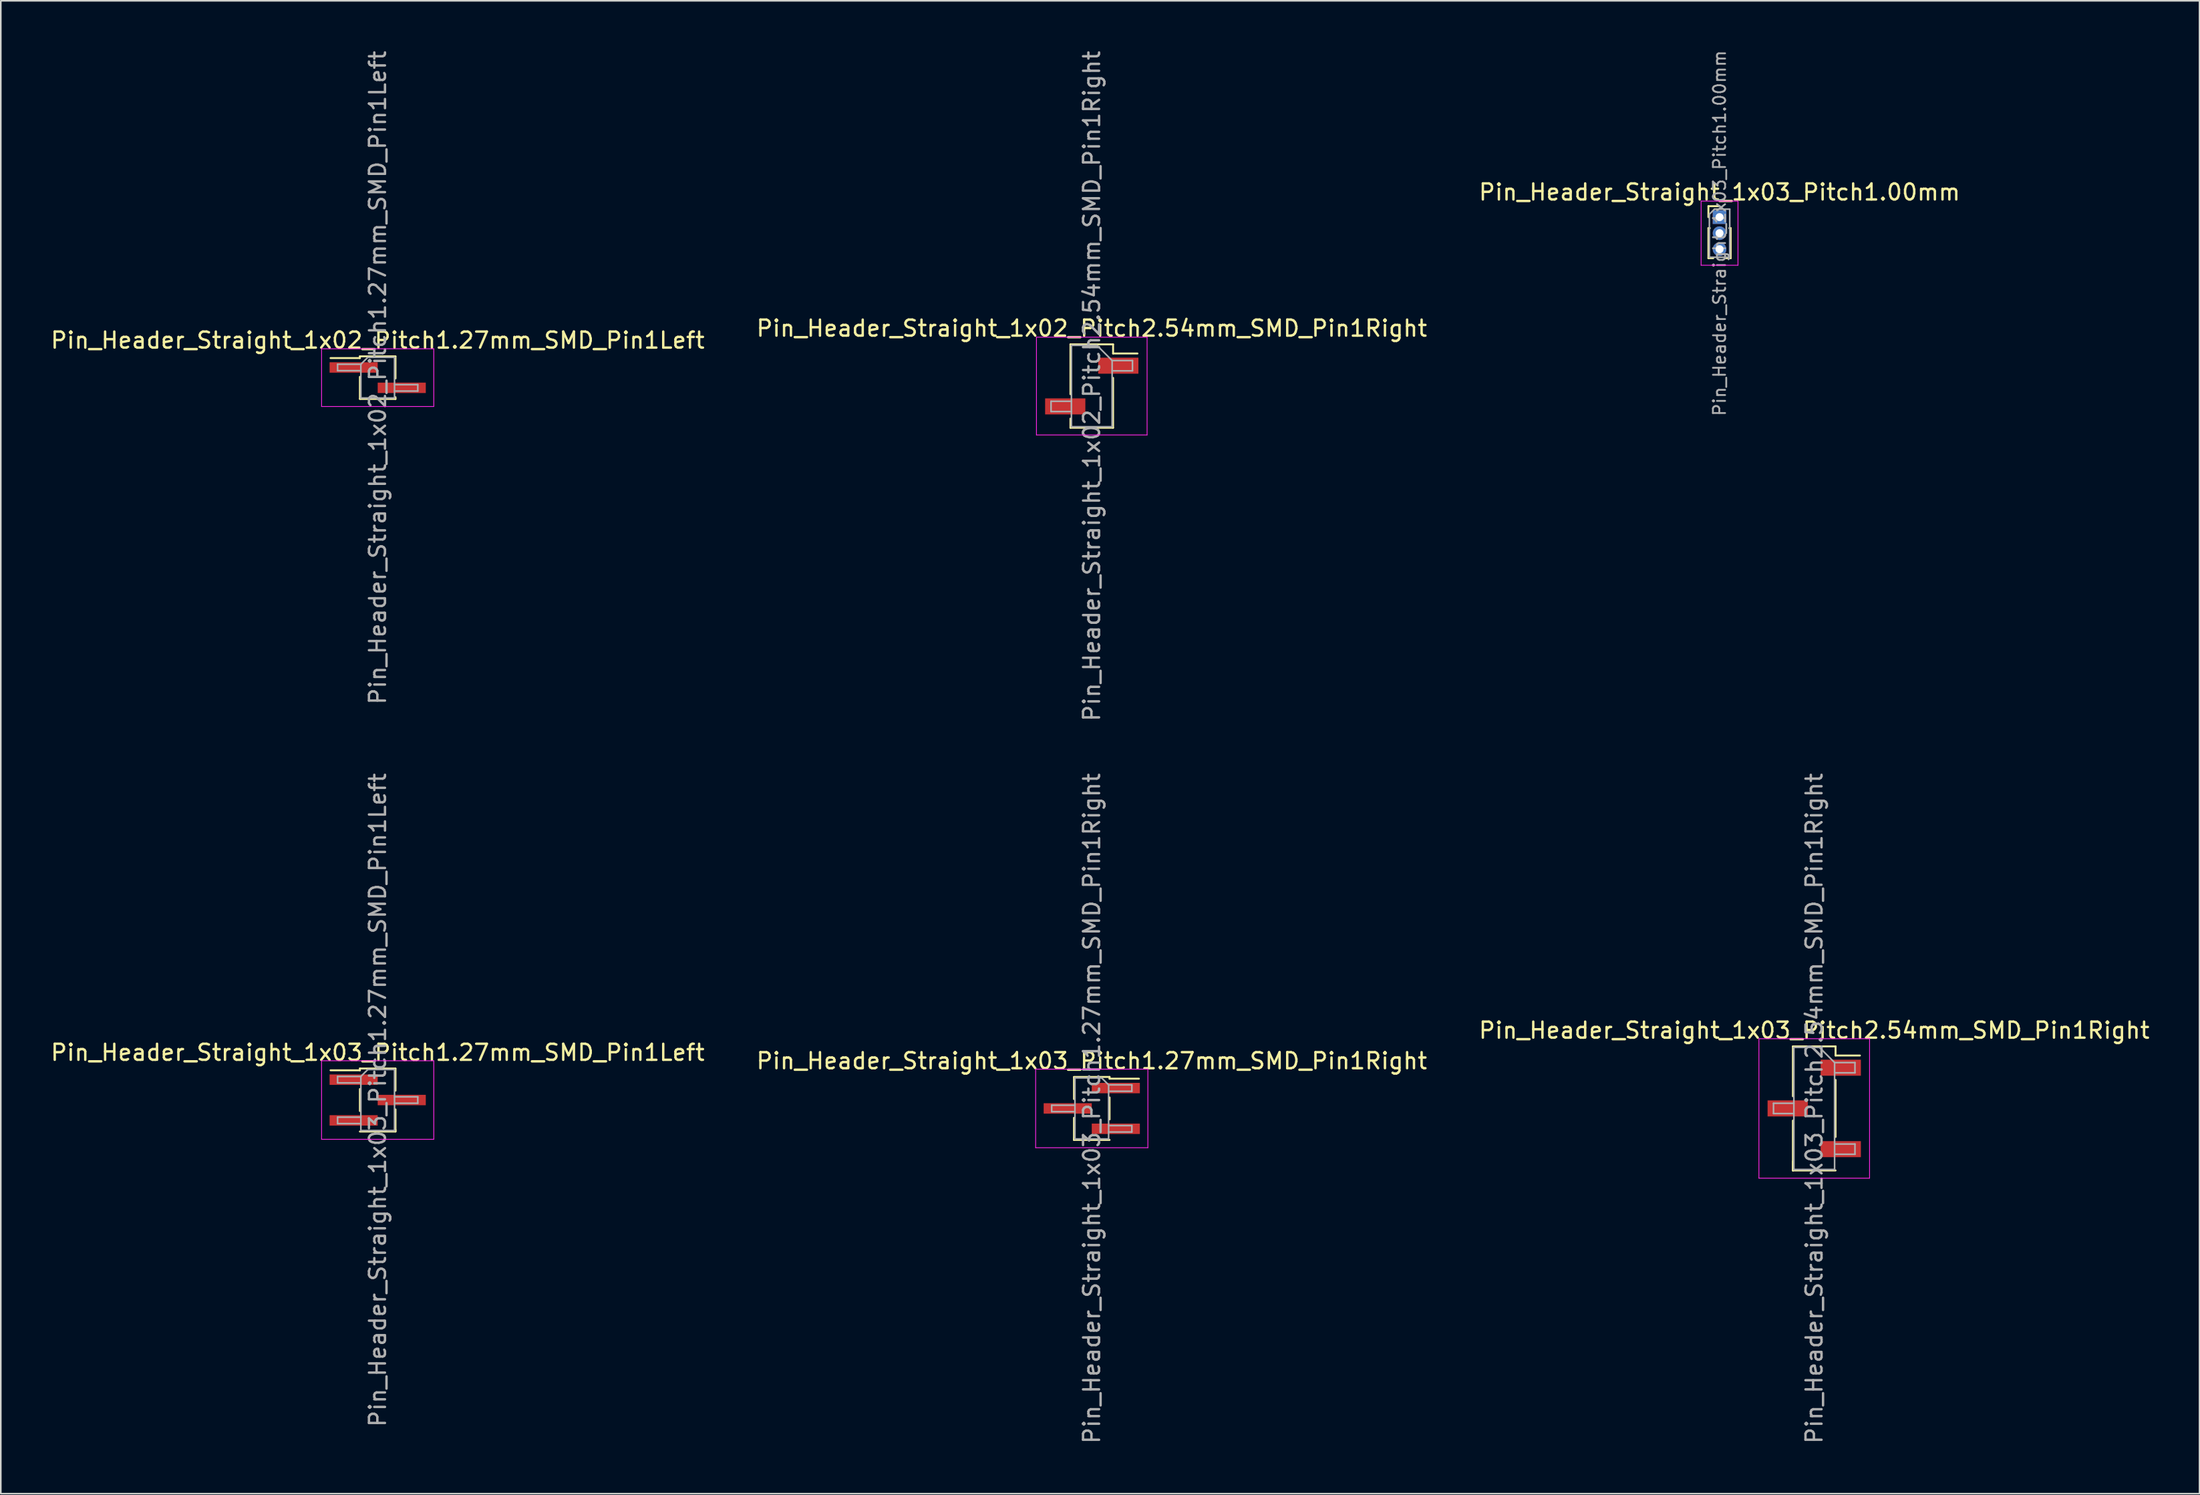
<source format=kicad_pcb>
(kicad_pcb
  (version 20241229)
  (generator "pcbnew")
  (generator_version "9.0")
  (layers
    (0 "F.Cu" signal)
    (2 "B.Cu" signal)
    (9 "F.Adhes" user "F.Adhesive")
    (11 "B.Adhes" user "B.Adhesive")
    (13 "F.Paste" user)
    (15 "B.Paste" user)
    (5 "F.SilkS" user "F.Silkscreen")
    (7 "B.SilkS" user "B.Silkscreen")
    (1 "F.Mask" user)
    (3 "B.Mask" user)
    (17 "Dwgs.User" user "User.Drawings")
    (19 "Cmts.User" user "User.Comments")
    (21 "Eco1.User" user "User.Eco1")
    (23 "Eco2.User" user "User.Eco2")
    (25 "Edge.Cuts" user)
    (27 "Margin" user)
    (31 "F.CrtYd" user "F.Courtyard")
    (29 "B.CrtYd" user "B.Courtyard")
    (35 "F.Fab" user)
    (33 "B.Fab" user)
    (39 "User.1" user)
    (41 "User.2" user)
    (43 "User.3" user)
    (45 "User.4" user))
  (footprint "Pin_Header_Straight_1x03_Pitch1.27mm_SMD_Pin1Left"
    (layer "F.Cu")
    (at 20.506 65.565)
    (property "Reference" "Pin_Header_Straight_1x03_Pitch1.27mm_SMD_Pin1Left" (at 0 -2.965 0) (layer "F.SilkS") (effects (font (size 1 1) (thickness 0.15))))
    (attr smd)
    (fp_line (start -1.11 -1.965) (end -1.11 -1.855) (stroke (width 0.12) (type solid)) (layer "F.SilkS"))
    (fp_line (start -1.11 -1.965) (end 1.11 -1.965) (stroke (width 0.12) (type solid)) (layer "F.SilkS"))
    (fp_line (start -1.11 -1.855) (end -2.94 -1.855) (stroke (width 0.12) (type solid)) (layer "F.SilkS"))
    (fp_line (start -1.11 -0.685) (end -1.11 0.685) (stroke (width 0.12) (type solid)) (layer "F.SilkS"))
    (fp_line (start -1.11 1.965) (end 1.11 1.965) (stroke (width 0.12) (type solid)) (layer "F.SilkS"))
    (fp_line (start 1.11 -1.955) (end 1.11 -0.585) (stroke (width 0.12) (type solid)) (layer "F.SilkS"))
    (fp_line (start 1.11 0.585) (end 1.11 1.955) (stroke (width 0.12) (type solid)) (layer "F.SilkS"))
    (fp_line (start 1.11 1.855) (end 1.11 1.965) (stroke (width 0.12) (type solid)) (layer "F.SilkS"))
    (fp_line (start -3.5 -2.45) (end -3.5 2.45) (stroke (width 0.05) (type solid)) (layer "F.CrtYd"))
    (fp_line (start -3.5 2.45) (end 3.5 2.45) (stroke (width 0.05) (type solid)) (layer "F.CrtYd"))
    (fp_line (start 3.5 -2.45) (end -3.5 -2.45) (stroke (width 0.05) (type solid)) (layer "F.CrtYd"))
    (fp_line (start 3.5 2.45) (end 3.5 -2.45) (stroke (width 0.05) (type solid)) (layer "F.CrtYd"))
    (fp_line (start -2.5 -1.47) (end -2.5 -1.07) (stroke (width 0.1) (type solid)) (layer "F.Fab"))
    (fp_line (start -2.5 -1.07) (end -1.05 -1.07) (stroke (width 0.1) (type solid)) (layer "F.Fab"))
    (fp_line (start -2.5 1.07) (end -2.5 1.47) (stroke (width 0.1) (type solid)) (layer "F.Fab"))
    (fp_line (start -2.5 1.47) (end -1.05 1.47) (stroke (width 0.1) (type solid)) (layer "F.Fab"))
    (fp_line (start -1.05 -1.47) (end -2.5 -1.47) (stroke (width 0.1) (type solid)) (layer "F.Fab"))
    (fp_line (start -1.05 -1.47) (end -0.615 -1.905) (stroke (width 0.1) (type solid)) (layer "F.Fab"))
    (fp_line (start -1.05 1.07) (end -2.5 1.07) (stroke (width 0.1) (type solid)) (layer "F.Fab"))
    (fp_line (start -1.05 1.905) (end -1.05 -1.47) (stroke (width 0.1) (type solid)) (layer "F.Fab"))
    (fp_line (start -0.615 -1.905) (end 1.05 -1.905) (stroke (width 0.1) (type solid)) (layer "F.Fab"))
    (fp_line (start 1.05 -1.905) (end 1.05 1.905) (stroke (width 0.1) (type solid)) (layer "F.Fab"))
    (fp_line (start 1.05 -0.2) (end 2.5 -0.2) (stroke (width 0.1) (type solid)) (layer "F.Fab"))
    (fp_line (start 1.05 1.905) (end -1.05 1.905) (stroke (width 0.1) (type solid)) (layer "F.Fab"))
    (fp_line (start 2.5 -0.2) (end 2.5 0.2) (stroke (width 0.1) (type solid)) (layer "F.Fab"))
    (fp_line (start 2.5 0.2) (end 1.05 0.2) (stroke (width 0.1) (type solid)) (layer "F.Fab"))
    (fp_text user "${REFERENCE}" (at 0 0 90) (layer "F.Fab") (effects (font (size 1 1) (thickness 0.15))))
    (pad "1" smd rect (at -1.5 -1.27) (size 3 0.65) (layers "F.Cu" "F.Mask" "F.Paste"))
    (pad "2" smd rect (at 1.5 0) (size 3 0.65) (layers "F.Cu" "F.Mask" "F.Paste"))
    (pad "3" smd rect (at -1.5 1.27) (size 3 0.65) (layers "F.Cu" "F.Mask" "F.Paste")))
  (footprint "Pin_Header_Straight_1x02_Pitch1.27mm_SMD_Pin1Left"
    (layer "F.Cu")
    (at 20.506 20.506)
    (property "Reference" "Pin_Header_Straight_1x02_Pitch1.27mm_SMD_Pin1Left" (at 0 -2.33 0) (layer "F.SilkS") (effects (font (size 1 1) (thickness 0.15))))
    (attr smd)
    (fp_line (start -1.11 -1.33) (end -1.11 -1.22) (stroke (width 0.12) (type solid)) (layer "F.SilkS"))
    (fp_line (start -1.11 -1.33) (end 1.11 -1.33) (stroke (width 0.12) (type solid)) (layer "F.SilkS"))
    (fp_line (start -1.11 -1.22) (end -2.94 -1.22) (stroke (width 0.12) (type solid)) (layer "F.SilkS"))
    (fp_line (start -1.11 -0.05) (end -1.11 1.32) (stroke (width 0.12) (type solid)) (layer "F.SilkS"))
    (fp_line (start -1.11 1.33) (end 1.11 1.33) (stroke (width 0.12) (type solid)) (layer "F.SilkS"))
    (fp_line (start 1.11 -1.32) (end 1.11 0.05) (stroke (width 0.12) (type solid)) (layer "F.SilkS"))
    (fp_line (start 1.11 1.22) (end 1.11 1.33) (stroke (width 0.12) (type solid)) (layer "F.SilkS"))
    (fp_line (start -3.5 -1.8) (end -3.5 1.8) (stroke (width 0.05) (type solid)) (layer "F.CrtYd"))
    (fp_line (start -3.5 1.8) (end 3.5 1.8) (stroke (width 0.05) (type solid)) (layer "F.CrtYd"))
    (fp_line (start 3.5 -1.8) (end -3.5 -1.8) (stroke (width 0.05) (type solid)) (layer "F.CrtYd"))
    (fp_line (start 3.5 1.8) (end 3.5 -1.8) (stroke (width 0.05) (type solid)) (layer "F.CrtYd"))
    (fp_line (start -2.5 -0.835) (end -2.5 -0.435) (stroke (width 0.1) (type solid)) (layer "F.Fab"))
    (fp_line (start -2.5 -0.435) (end -1.05 -0.435) (stroke (width 0.1) (type solid)) (layer "F.Fab"))
    (fp_line (start -1.05 -0.835) (end -2.5 -0.835) (stroke (width 0.1) (type solid)) (layer "F.Fab"))
    (fp_line (start -1.05 -0.835) (end -0.615 -1.27) (stroke (width 0.1) (type solid)) (layer "F.Fab"))
    (fp_line (start -1.05 1.27) (end -1.05 -0.835) (stroke (width 0.1) (type solid)) (layer "F.Fab"))
    (fp_line (start -0.615 -1.27) (end 1.05 -1.27) (stroke (width 0.1) (type solid)) (layer "F.Fab"))
    (fp_line (start 1.05 -1.27) (end 1.05 1.27) (stroke (width 0.1) (type solid)) (layer "F.Fab"))
    (fp_line (start 1.05 0.435) (end 2.5 0.435) (stroke (width 0.1) (type solid)) (layer "F.Fab"))
    (fp_line (start 1.05 1.27) (end -1.05 1.27) (stroke (width 0.1) (type solid)) (layer "F.Fab"))
    (fp_line (start 2.5 0.435) (end 2.5 0.835) (stroke (width 0.1) (type solid)) (layer "F.Fab"))
    (fp_line (start 2.5 0.835) (end 1.05 0.835) (stroke (width 0.1) (type solid)) (layer "F.Fab"))
    (fp_text user "${REFERENCE}" (at 0 0 90) (layer "F.Fab") (effects (font (size 1 1) (thickness 0.15))))
    (pad "1" smd rect (at -1.5 -0.635) (size 3 0.65) (layers "F.Cu" "F.Mask" "F.Paste"))
    (pad "2" smd rect (at 1.5 0.635) (size 3 0.65) (layers "F.Cu" "F.Mask" "F.Paste")))
  (footprint "Pin_Header_Straight_1x03_Pitch1.00mm"
    (layer "F.Cu")
    (at 104.196 10.495)
    (property "Reference" "Pin_Header_Straight_1x03_Pitch1.00mm" (at 0 -1.56 0) (layer "F.SilkS") (effects (font (size 1 1) (thickness 0.15))))
    (attr through_hole)
    (fp_line (start -0.695 -0.685) (end 0 -0.685) (stroke (width 0.12) (type solid)) (layer "F.SilkS"))
    (fp_line (start -0.695 0) (end -0.695 -0.685) (stroke (width 0.12) (type solid)) (layer "F.SilkS"))
    (fp_line (start -0.695 0.685) (end -0.695 2.56) (stroke (width 0.12) (type solid)) (layer "F.SilkS"))
    (fp_line (start -0.695 0.685) (end -0.608 0.685) (stroke (width 0.12) (type solid)) (layer "F.SilkS"))
    (fp_line (start -0.695 2.56) (end -0.394 2.56) (stroke (width 0.12) (type solid)) (layer "F.SilkS"))
    (fp_line (start 0.394 2.56) (end 0.695 2.56) (stroke (width 0.12) (type solid)) (layer "F.SilkS"))
    (fp_line (start 0.608 0.685) (end 0.695 0.685) (stroke (width 0.12) (type solid)) (layer "F.SilkS"))
    (fp_line (start 0.695 0.685) (end 0.695 2.56) (stroke (width 0.12) (type solid)) (layer "F.SilkS"))
    (fp_line (start -1.15 -1) (end -1.15 3) (stroke (width 0.05) (type solid)) (layer "F.CrtYd"))
    (fp_line (start -1.15 3) (end 1.15 3) (stroke (width 0.05) (type solid)) (layer "F.CrtYd"))
    (fp_line (start 1.15 -1) (end -1.15 -1) (stroke (width 0.05) (type solid)) (layer "F.CrtYd"))
    (fp_line (start 1.15 3) (end 1.15 -1) (stroke (width 0.05) (type solid)) (layer "F.CrtYd"))
    (fp_line (start -0.635 -0.182) (end -0.318 -0.5) (stroke (width 0.1) (type solid)) (layer "F.Fab"))
    (fp_line (start -0.635 2.5) (end -0.635 -0.182) (stroke (width 0.1) (type solid)) (layer "F.Fab"))
    (fp_line (start -0.318 -0.5) (end 0.635 -0.5) (stroke (width 0.1) (type solid)) (layer "F.Fab"))
    (fp_line (start 0.635 -0.5) (end 0.635 2.5) (stroke (width 0.1) (type solid)) (layer "F.Fab"))
    (fp_line (start 0.635 2.5) (end -0.635 2.5) (stroke (width 0.1) (type solid)) (layer "F.Fab"))
    (fp_text user "${REFERENCE}" (at 0 1 90) (layer "F.Fab") (effects (font (size 0.76 0.76) (thickness 0.114))))
    (pad "1" thru_hole rect (at 0 0) (size 0.85 0.85) (drill 0.5) (layers "*.Cu" "*.Mask"))
    (pad "2" thru_hole oval (at 0 1) (size 0.85 0.85) (drill 0.5) (layers "*.Cu" "*.Mask"))
    (pad "3" thru_hole oval (at 0 2) (size 0.85 0.85) (drill 0.5) (layers "*.Cu" "*.Mask")))
  (footprint "Pin_Header_Straight_1x03_Pitch2.54mm_SMD_Pin1Right"
    (layer "F.Cu")
    (at 110.101 66.089)
    (property "Reference" "Pin_Header_Straight_1x03_Pitch2.54mm_SMD_Pin1Right" (at 0 -4.87 0) (layer "F.SilkS") (effects (font (size 1 1) (thickness 0.15))))
    (attr smd)
    (fp_line (start -1.33 -3.87) (end -1.33 -0.76) (stroke (width 0.12) (type solid)) (layer "F.SilkS"))
    (fp_line (start -1.33 -3.87) (end 1.33 -3.87) (stroke (width 0.12) (type solid)) (layer "F.SilkS"))
    (fp_line (start -1.33 0.76) (end -1.33 3.87) (stroke (width 0.12) (type solid)) (layer "F.SilkS"))
    (fp_line (start -1.33 3.3) (end -1.33 3.87) (stroke (width 0.12) (type solid)) (layer "F.SilkS"))
    (fp_line (start -1.33 3.87) (end 1.33 3.87) (stroke (width 0.12) (type solid)) (layer "F.SilkS"))
    (fp_line (start 1.33 -3.87) (end 1.33 -3.3) (stroke (width 0.12) (type solid)) (layer "F.SilkS"))
    (fp_line (start 1.33 -3.3) (end 2.85 -3.3) (stroke (width 0.12) (type solid)) (layer "F.SilkS"))
    (fp_line (start 1.33 -1.78) (end 1.33 1.78) (stroke (width 0.12) (type solid)) (layer "F.SilkS"))
    (fp_line (start -3.45 -4.35) (end -3.45 4.35) (stroke (width 0.05) (type solid)) (layer "F.CrtYd"))
    (fp_line (start -3.45 4.35) (end 3.45 4.35) (stroke (width 0.05) (type solid)) (layer "F.CrtYd"))
    (fp_line (start 3.45 -4.35) (end -3.45 -4.35) (stroke (width 0.05) (type solid)) (layer "F.CrtYd"))
    (fp_line (start 3.45 4.35) (end 3.45 -4.35) (stroke (width 0.05) (type solid)) (layer "F.CrtYd"))
    (fp_line (start -2.54 -0.32) (end -2.54 0.32) (stroke (width 0.1) (type solid)) (layer "F.Fab"))
    (fp_line (start -2.54 0.32) (end -1.27 0.32) (stroke (width 0.1) (type solid)) (layer "F.Fab"))
    (fp_line (start -1.27 -3.81) (end -1.27 3.81) (stroke (width 0.1) (type solid)) (layer "F.Fab"))
    (fp_line (start -1.27 -3.81) (end 0.32 -3.81) (stroke (width 0.1) (type solid)) (layer "F.Fab"))
    (fp_line (start -1.27 -0.32) (end -2.54 -0.32) (stroke (width 0.1) (type solid)) (layer "F.Fab"))
    (fp_line (start 1.27 -2.86) (end 0.32 -3.81) (stroke (width 0.1) (type solid)) (layer "F.Fab"))
    (fp_line (start 1.27 -2.86) (end 2.54 -2.86) (stroke (width 0.1) (type solid)) (layer "F.Fab"))
    (fp_line (start 1.27 2.22) (end 2.54 2.22) (stroke (width 0.1) (type solid)) (layer "F.Fab"))
    (fp_line (start 1.27 3.81) (end -1.27 3.81) (stroke (width 0.1) (type solid)) (layer "F.Fab"))
    (fp_line (start 1.27 3.81) (end 1.27 -2.86) (stroke (width 0.1) (type solid)) (layer "F.Fab"))
    (fp_line (start 2.54 -2.86) (end 2.54 -2.22) (stroke (width 0.1) (type solid)) (layer "F.Fab"))
    (fp_line (start 2.54 -2.22) (end 1.27 -2.22) (stroke (width 0.1) (type solid)) (layer "F.Fab"))
    (fp_line (start 2.54 2.22) (end 2.54 2.86) (stroke (width 0.1) (type solid)) (layer "F.Fab"))
    (fp_line (start 2.54 2.86) (end 1.27 2.86) (stroke (width 0.1) (type solid)) (layer "F.Fab"))
    (fp_text user "${REFERENCE}" (at 0 0 90) (layer "F.Fab") (effects (font (size 1 1) (thickness 0.15))))
    (pad "1" smd rect (at 1.655 -2.54) (size 2.51 1) (layers "F.Cu" "F.Mask" "F.Paste"))
    (pad "2" smd rect (at -1.655 0) (size 2.51 1) (layers "F.Cu" "F.Mask" "F.Paste"))
    (pad "3" smd rect (at 1.655 2.54) (size 2.51 1) (layers "F.Cu" "F.Mask" "F.Paste")))
  (footprint "Pin_Header_Straight_1x02_Pitch2.54mm_SMD_Pin1Right"
    (layer "F.Cu")
    (at 65.042 21.03)
    (property "Reference" "Pin_Header_Straight_1x02_Pitch2.54mm_SMD_Pin1Right" (at 0 -3.6 0) (layer "F.SilkS") (effects (font (size 1 1) (thickness 0.15))))
    (attr smd)
    (fp_line (start -1.33 -2.6) (end -1.33 0.51) (stroke (width 0.12) (type solid)) (layer "F.SilkS"))
    (fp_line (start -1.33 -2.6) (end 1.33 -2.6) (stroke (width 0.12) (type solid)) (layer "F.SilkS"))
    (fp_line (start -1.33 2.03) (end -1.33 2.6) (stroke (width 0.12) (type solid)) (layer "F.SilkS"))
    (fp_line (start -1.33 2.6) (end 1.33 2.6) (stroke (width 0.12) (type solid)) (layer "F.SilkS"))
    (fp_line (start 1.33 -2.6) (end 1.33 -2.03) (stroke (width 0.12) (type solid)) (layer "F.SilkS"))
    (fp_line (start 1.33 -2.03) (end 2.85 -2.03) (stroke (width 0.12) (type solid)) (layer "F.SilkS"))
    (fp_line (start 1.33 -0.51) (end 1.33 2.6) (stroke (width 0.12) (type solid)) (layer "F.SilkS"))
    (fp_line (start -3.45 -3.05) (end -3.45 3.05) (stroke (width 0.05) (type solid)) (layer "F.CrtYd"))
    (fp_line (start -3.45 3.05) (end 3.45 3.05) (stroke (width 0.05) (type solid)) (layer "F.CrtYd"))
    (fp_line (start 3.45 -3.05) (end -3.45 -3.05) (stroke (width 0.05) (type solid)) (layer "F.CrtYd"))
    (fp_line (start 3.45 3.05) (end 3.45 -3.05) (stroke (width 0.05) (type solid)) (layer "F.CrtYd"))
    (fp_line (start -2.54 0.95) (end -2.54 1.59) (stroke (width 0.1) (type solid)) (layer "F.Fab"))
    (fp_line (start -2.54 1.59) (end -1.27 1.59) (stroke (width 0.1) (type solid)) (layer "F.Fab"))
    (fp_line (start -1.27 -2.54) (end -1.27 2.54) (stroke (width 0.1) (type solid)) (layer "F.Fab"))
    (fp_line (start -1.27 -2.54) (end 0.32 -2.54) (stroke (width 0.1) (type solid)) (layer "F.Fab"))
    (fp_line (start -1.27 0.95) (end -2.54 0.95) (stroke (width 0.1) (type solid)) (layer "F.Fab"))
    (fp_line (start 1.27 -1.59) (end 0.32 -2.54) (stroke (width 0.1) (type solid)) (layer "F.Fab"))
    (fp_line (start 1.27 -1.59) (end 2.54 -1.59) (stroke (width 0.1) (type solid)) (layer "F.Fab"))
    (fp_line (start 1.27 2.54) (end -1.27 2.54) (stroke (width 0.1) (type solid)) (layer "F.Fab"))
    (fp_line (start 1.27 2.54) (end 1.27 -1.59) (stroke (width 0.1) (type solid)) (layer "F.Fab"))
    (fp_line (start 2.54 -1.59) (end 2.54 -0.95) (stroke (width 0.1) (type solid)) (layer "F.Fab"))
    (fp_line (start 2.54 -0.95) (end 1.27 -0.95) (stroke (width 0.1) (type solid)) (layer "F.Fab"))
    (fp_text user "${REFERENCE}" (at 0 0 90) (layer "F.Fab") (effects (font (size 1 1) (thickness 0.15))))
    (pad "1" smd rect (at 1.655 -1.27) (size 2.51 1) (layers "F.Cu" "F.Mask" "F.Paste"))
    (pad "2" smd rect (at -1.655 1.27) (size 2.51 1) (layers "F.Cu" "F.Mask" "F.Paste")))
  (footprint "Pin_Header_Straight_1x03_Pitch1.27mm_SMD_Pin1Right"
    (layer "F.Cu")
    (at 65.042 66.089)
    (property "Reference" "Pin_Header_Straight_1x03_Pitch1.27mm_SMD_Pin1Right" (at 0 -2.965 0) (layer "F.SilkS") (effects (font (size 1 1) (thickness 0.15))))
    (attr smd)
    (fp_line (start -1.11 -1.965) (end 1.11 -1.965) (stroke (width 0.12) (type solid)) (layer "F.SilkS"))
    (fp_line (start -1.11 -1.955) (end -1.11 -0.585) (stroke (width 0.12) (type solid)) (layer "F.SilkS"))
    (fp_line (start -1.11 0.585) (end -1.11 1.955) (stroke (width 0.12) (type solid)) (layer "F.SilkS"))
    (fp_line (start -1.11 1.855) (end -1.11 1.965) (stroke (width 0.12) (type solid)) (layer "F.SilkS"))
    (fp_line (start -1.11 1.965) (end 1.11 1.965) (stroke (width 0.12) (type solid)) (layer "F.SilkS"))
    (fp_line (start 1.11 -1.965) (end 1.11 -1.855) (stroke (width 0.12) (type solid)) (layer "F.SilkS"))
    (fp_line (start 1.11 -1.855) (end 2.94 -1.855) (stroke (width 0.12) (type solid)) (layer "F.SilkS"))
    (fp_line (start 1.11 -0.685) (end 1.11 0.685) (stroke (width 0.12) (type solid)) (layer "F.SilkS"))
    (fp_line (start -3.5 -2.45) (end -3.5 2.45) (stroke (width 0.05) (type solid)) (layer "F.CrtYd"))
    (fp_line (start -3.5 2.45) (end 3.5 2.45) (stroke (width 0.05) (type solid)) (layer "F.CrtYd"))
    (fp_line (start 3.5 -2.45) (end -3.5 -2.45) (stroke (width 0.05) (type solid)) (layer "F.CrtYd"))
    (fp_line (start 3.5 2.45) (end 3.5 -2.45) (stroke (width 0.05) (type solid)) (layer "F.CrtYd"))
    (fp_line (start -2.5 -0.2) (end -2.5 0.2) (stroke (width 0.1) (type solid)) (layer "F.Fab"))
    (fp_line (start -2.5 0.2) (end -1.05 0.2) (stroke (width 0.1) (type solid)) (layer "F.Fab"))
    (fp_line (start -1.05 -1.905) (end -1.05 1.905) (stroke (width 0.1) (type solid)) (layer "F.Fab"))
    (fp_line (start -1.05 -1.905) (end 0.615 -1.905) (stroke (width 0.1) (type solid)) (layer "F.Fab"))
    (fp_line (start -1.05 -0.2) (end -2.5 -0.2) (stroke (width 0.1) (type solid)) (layer "F.Fab"))
    (fp_line (start 1.05 -1.47) (end 0.615 -1.905) (stroke (width 0.1) (type solid)) (layer "F.Fab"))
    (fp_line (start 1.05 -1.47) (end 2.5 -1.47) (stroke (width 0.1) (type solid)) (layer "F.Fab"))
    (fp_line (start 1.05 1.07) (end 2.5 1.07) (stroke (width 0.1) (type solid)) (layer "F.Fab"))
    (fp_line (start 1.05 1.905) (end -1.05 1.905) (stroke (width 0.1) (type solid)) (layer "F.Fab"))
    (fp_line (start 1.05 1.905) (end 1.05 -1.47) (stroke (width 0.1) (type solid)) (layer "F.Fab"))
    (fp_line (start 2.5 -1.47) (end 2.5 -1.07) (stroke (width 0.1) (type solid)) (layer "F.Fab"))
    (fp_line (start 2.5 -1.07) (end 1.05 -1.07) (stroke (width 0.1) (type solid)) (layer "F.Fab"))
    (fp_line (start 2.5 1.07) (end 2.5 1.47) (stroke (width 0.1) (type solid)) (layer "F.Fab"))
    (fp_line (start 2.5 1.47) (end 1.05 1.47) (stroke (width 0.1) (type solid)) (layer "F.Fab"))
    (fp_text user "${REFERENCE}" (at 0 0 90) (layer "F.Fab") (effects (font (size 1 1) (thickness 0.15))))
    (pad "1" smd rect (at 1.5 -1.27) (size 3 0.65) (layers "F.Cu" "F.Mask" "F.Paste"))
    (pad "2" smd rect (at -1.5 0) (size 3 0.65) (layers "F.Cu" "F.Mask" "F.Paste"))
    (pad "3" smd rect (at 1.5 1.27) (size 3 0.65) (layers "F.Cu" "F.Mask" "F.Paste")))
  (gr_rect
    (start -3 -3)
    (end 134.131 90.119)
    (stroke (width 0.1) (type default))
    (fill no)
    (layer "Edge.Cuts")))
</source>
